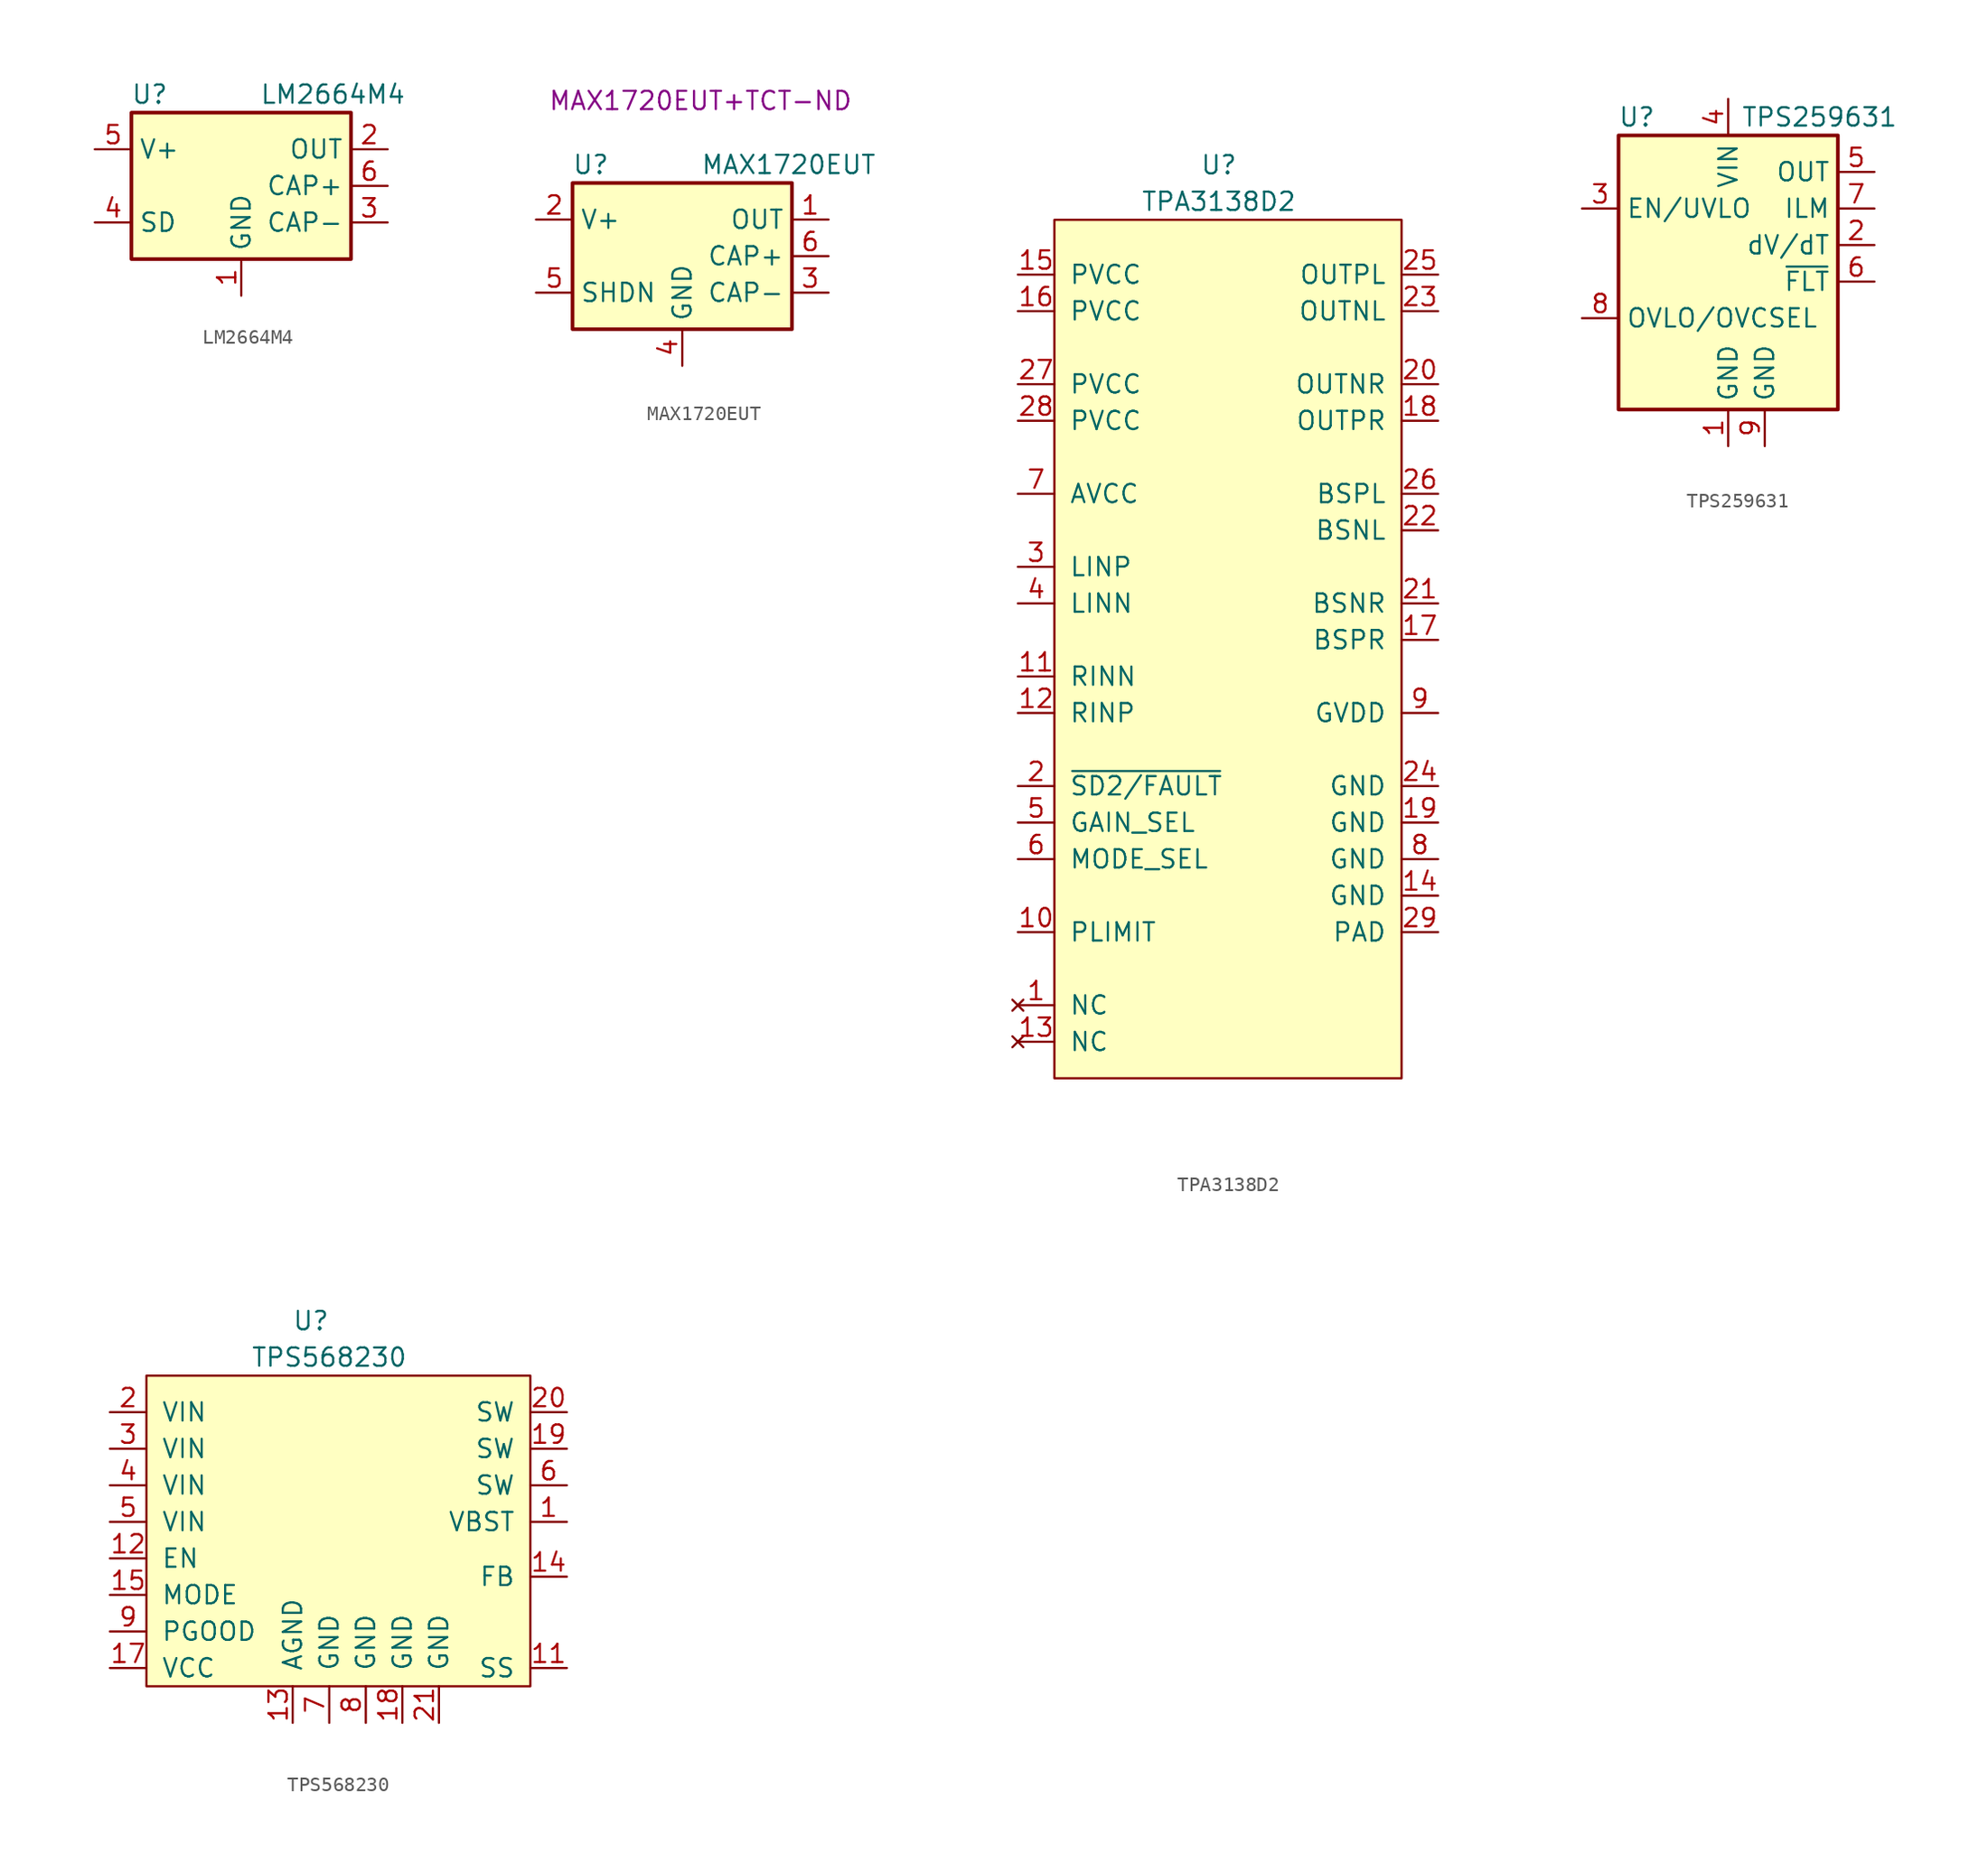
<source format=kicad_sym>
(kicad_symbol_lib
  (version 20211014)
  (generator kicad_symbol_editor)
  (symbol "LM2664M4"
    (property "Reference" "U"
      (at -6.35 6.35 0)
      (effects (font (size 1.27 1.27))))
    (property "Value" "LM2664M4"
      (at 1.27 6.35 0)
      (effects (font (size 1.27 1.27)) (justify left)))
    (symbol "LM2664M4_0_1"
      (rectangle (start -7.62 5.08) (end 7.62 -5.08) (stroke (width 0.254) (type default) (color 0 0 0 0)) (fill (type background))))
    (symbol "LM2664M4_1_1"
      (pin power_in line (at 0 -7.62 90) (length 2.54) (name "GND" (effects (font (size 1.27 1.27)))) (number "1" (effects (font (size 1.27 1.27)))))
      (pin passive line (at 10.16 2.54 180) (length 2.54) (name "OUT" (effects (font (size 1.27 1.27)))) (number "2" (effects (font (size 1.27 1.27)))))
      (pin passive line (at 10.16 -2.54 180) (length 2.54) (name "CAP-" (effects (font (size 1.27 1.27)))) (number "3" (effects (font (size 1.27 1.27)))))
      (pin input line (at -10.16 -2.54 0) (length 2.54) (name "SD" (effects (font (size 1.27 1.27)))) (number "4" (effects (font (size 1.27 1.27)))))
      (pin passive line (at -10.16 2.54 0) (length 2.54) (name "V+" (effects (font (size 1.27 1.27)))) (number "5" (effects (font (size 1.27 1.27)))))
      (pin passive line (at 10.16 0 180) (length 2.54) (name "CAP+" (effects (font (size 1.27 1.27)))) (number "6" (effects (font (size 1.27 1.27)))))))
  (symbol "MAX1720EUT"
    (property "Reference" "U"
      (at -6.35 6.35 0)
      (effects (font (size 1.27 1.27))))
    (property "Value" "MAX1720EUT"
      (at 1.27 6.35 0)
      (effects (font (size 1.27 1.27)) (justify left)))
    (property "Digikey" "MAX1720EUT+TCT-ND"
      (at 1.27 10.795 0)
      (effects (font (size 1.27 1.27))))
    (symbol "MAX1720EUT_0_1"
      (rectangle (start -7.62 5.08) (end 7.62 -5.08) (stroke (width 0.254) (type default) (color 0 0 0 0)) (fill (type background))))
    (symbol "MAX1720EUT_1_1"
      (pin passive line (at 10.16 2.54 180) (length 2.54) (name "OUT" (effects (font (size 1.27 1.27)))) (number "1" (effects (font (size 1.27 1.27)))))
      (pin passive line (at -10.16 2.54 0) (length 2.54) (name "V+" (effects (font (size 1.27 1.27)))) (number "2" (effects (font (size 1.27 1.27)))))
      (pin passive line (at 10.16 -2.54 180) (length 2.54) (name "CAP-" (effects (font (size 1.27 1.27)))) (number "3" (effects (font (size 1.27 1.27)))))
      (pin power_in line (at 0 -7.62 90) (length 2.54) (name "GND" (effects (font (size 1.27 1.27)))) (number "4" (effects (font (size 1.27 1.27)))))
      (pin input line (at -10.16 -2.54 0) (length 2.54) (name "SHDN" (effects (font (size 1.27 1.27)))) (number "5" (effects (font (size 1.27 1.27)))))
      (pin passive line (at 10.16 0 180) (length 2.54) (name "CAP+" (effects (font (size 1.27 1.27)))) (number "6" (effects (font (size 1.27 1.27)))))))
  (symbol "TPA3138D2"
    (pin_names
      (offset 1.016))
    (property "Reference" "U"
      (at 11.43 3.81 0)
      (effects (font (size 1.27 1.27))))
    (property "Value" "TPA3138D2"
      (at 11.43 1.27 0)
      (effects (font (size 1.27 1.27))))
    (symbol "TPA3138D2_0_1"
      (rectangle (start 0 0) (end 24.13 -59.69) (stroke (width 0) (type default) (color 0 0 0 0)) (fill (type background))))
    (symbol "TPA3138D2_1_1"
      (pin no_connect line (at -2.54 -54.61 0) (length 2.54) (name "NC" (effects (font (size 1.27 1.27)))) (number "1" (effects (font (size 1.27 1.27)))))
      (pin input line (at -2.54 -49.53 0) (length 2.54) (name "PLIMIT" (effects (font (size 1.27 1.27)))) (number "10" (effects (font (size 1.27 1.27)))))
      (pin input line (at -2.54 -31.75 0) (length 2.54) (name "RINN" (effects (font (size 1.27 1.27)))) (number "11" (effects (font (size 1.27 1.27)))))
      (pin input line (at -2.54 -34.29 0) (length 2.54) (name "RINP" (effects (font (size 1.27 1.27)))) (number "12" (effects (font (size 1.27 1.27)))))
      (pin no_connect line (at -2.54 -57.15 0) (length 2.54) (name "NC" (effects (font (size 1.27 1.27)))) (number "13" (effects (font (size 1.27 1.27)))))
      (pin power_in line (at 26.67 -46.99 180) (length 2.54) (name "GND" (effects (font (size 1.27 1.27)))) (number "14" (effects (font (size 1.27 1.27)))))
      (pin power_in line (at -2.54 -3.81 0) (length 2.54) (name "PVCC" (effects (font (size 1.27 1.27)))) (number "15" (effects (font (size 1.27 1.27)))))
      (pin power_in line (at -2.54 -6.35 0) (length 2.54) (name "PVCC" (effects (font (size 1.27 1.27)))) (number "16" (effects (font (size 1.27 1.27)))))
      (pin input line (at 26.67 -29.21 180) (length 2.54) (name "BSPR" (effects (font (size 1.27 1.27)))) (number "17" (effects (font (size 1.27 1.27)))))
      (pin bidirectional line (at 26.67 -13.97 180) (length 2.54) (name "OUTPR" (effects (font (size 1.27 1.27)))) (number "18" (effects (font (size 1.27 1.27)))))
      (pin power_in line (at 26.67 -41.91 180) (length 2.54) (name "GND" (effects (font (size 1.27 1.27)))) (number "19" (effects (font (size 1.27 1.27)))))
      (pin input line (at -2.54 -39.37 0) (length 2.54) (name "~{SD2/FAULT}" (effects (font (size 1.27 1.27)))) (number "2" (effects (font (size 1.27 1.27)))))
      (pin bidirectional line (at 26.67 -11.43 180) (length 2.54) (name "OUTNR" (effects (font (size 1.27 1.27)))) (number "20" (effects (font (size 1.27 1.27)))))
      (pin input line (at 26.67 -26.67 180) (length 2.54) (name "BSNR" (effects (font (size 1.27 1.27)))) (number "21" (effects (font (size 1.27 1.27)))))
      (pin input line (at 26.67 -21.59 180) (length 2.54) (name "BSNL" (effects (font (size 1.27 1.27)))) (number "22" (effects (font (size 1.27 1.27)))))
      (pin bidirectional line (at 26.67 -6.35 180) (length 2.54) (name "OUTNL" (effects (font (size 1.27 1.27)))) (number "23" (effects (font (size 1.27 1.27)))))
      (pin power_in line (at 26.67 -39.37 180) (length 2.54) (name "GND" (effects (font (size 1.27 1.27)))) (number "24" (effects (font (size 1.27 1.27)))))
      (pin bidirectional line (at 26.67 -3.81 180) (length 2.54) (name "OUTPL" (effects (font (size 1.27 1.27)))) (number "25" (effects (font (size 1.27 1.27)))))
      (pin input line (at 26.67 -19.05 180) (length 2.54) (name "BSPL" (effects (font (size 1.27 1.27)))) (number "26" (effects (font (size 1.27 1.27)))))
      (pin power_in line (at -2.54 -11.43 0) (length 2.54) (name "PVCC" (effects (font (size 1.27 1.27)))) (number "27" (effects (font (size 1.27 1.27)))))
      (pin power_in line (at -2.54 -13.97 0) (length 2.54) (name "PVCC" (effects (font (size 1.27 1.27)))) (number "28" (effects (font (size 1.27 1.27)))))
      (pin power_in line (at 26.67 -49.53 180) (length 2.54) (name "PAD" (effects (font (size 1.27 1.27)))) (number "29" (effects (font (size 1.27 1.27)))))
      (pin input line (at -2.54 -24.13 0) (length 2.54) (name "LINP" (effects (font (size 1.27 1.27)))) (number "3" (effects (font (size 1.27 1.27)))))
      (pin input line (at -2.54 -26.67 0) (length 2.54) (name "LINN" (effects (font (size 1.27 1.27)))) (number "4" (effects (font (size 1.27 1.27)))))
      (pin input line (at -2.54 -41.91 0) (length 2.54) (name "GAIN_SEL" (effects (font (size 1.27 1.27)))) (number "5" (effects (font (size 1.27 1.27)))))
      (pin input line (at -2.54 -44.45 0) (length 2.54) (name "MODE_SEL" (effects (font (size 1.27 1.27)))) (number "6" (effects (font (size 1.27 1.27)))))
      (pin power_in line (at -2.54 -19.05 0) (length 2.54) (name "AVCC" (effects (font (size 1.27 1.27)))) (number "7" (effects (font (size 1.27 1.27)))))
      (pin power_in line (at 26.67 -44.45 180) (length 2.54) (name "GND" (effects (font (size 1.27 1.27)))) (number "8" (effects (font (size 1.27 1.27)))))
      (pin power_out line (at 26.67 -34.29 180) (length 2.54) (name "GVDD" (effects (font (size 1.27 1.27)))) (number "9" (effects (font (size 1.27 1.27)))))))
  (symbol "TPS259631"
    (property "Reference" "U"
      (at -6.35 6.35 0)
      (effects (font (size 1.27 1.27))))
    (property "Value" "TPS259631"
      (at 6.35 6.35 0)
      (effects (font (size 1.27 1.27))))
    (symbol "TPS259631_0_1"
      (rectangle (start -7.62 5.08) (end 7.62 -13.97) (stroke (width 0.254) (type default) (color 0 0 0 0)) (fill (type background))))
    (symbol "TPS259631_1_1"
      (pin power_in line (at 0 -16.51 90) (length 2.54) (name "GND" (effects (font (size 1.27 1.27)))) (number "1" (effects (font (size 1.27 1.27)))))
      (pin output line (at 10.16 -2.54 180) (length 2.54) (name "dV/dT" (effects (font (size 1.27 1.27)))) (number "2" (effects (font (size 1.27 1.27)))))
      (pin input line (at -10.16 0 0) (length 2.54) (name "EN/UVLO" (effects (font (size 1.27 1.27)))) (number "3" (effects (font (size 1.27 1.27)))))
      (pin power_in line (at 0 7.62 270) (length 2.54) (name "VIN" (effects (font (size 1.27 1.27)))) (number "4" (effects (font (size 1.27 1.27)))))
      (pin power_out line (at 10.16 2.54 180) (length 2.54) (name "OUT" (effects (font (size 1.27 1.27)))) (number "5" (effects (font (size 1.27 1.27)))))
      (pin output line (at 10.16 -5.08 180) (length 2.54) (name "~{FLT}" (effects (font (size 1.27 1.27)))) (number "6" (effects (font (size 1.27 1.27)))))
      (pin output line (at 10.16 0 180) (length 2.54) (name "ILM" (effects (font (size 1.27 1.27)))) (number "7" (effects (font (size 1.27 1.27)))))
      (pin input line (at -10.16 -7.62 0) (length 2.54) (name "OVLO/OVCSEL" (effects (font (size 1.27 1.27)))) (number "8" (effects (font (size 1.27 1.27)))))
      (pin power_in line (at 2.54 -16.51 90) (length 2.54) (name "GND" (effects (font (size 1.27 1.27)))) (number "9" (effects (font (size 1.27 1.27)))))))
  (symbol "TPS568230"
    (pin_names
      (offset 1.016))
    (property "Reference" "U"
      (at 11.43 2.54 0)
      (effects (font (size 1.27 1.27))))
    (property "Value" "TPS568230"
      (at 12.7 0 0)
      (effects (font (size 1.27 1.27))))
    (symbol "TPS568230_0_1"
      (rectangle (start 0 -1.27) (end 26.67 -22.86) (stroke (width 0) (type default) (color 0 0 0 0)) (fill (type background))))
    (symbol "TPS568230_1_1"
      (pin input line (at 29.21 -11.43 180) (length 2.54) (name "VBST" (effects (font (size 1.27 1.27)))) (number "1" (effects (font (size 1.27 1.27)))))
      (pin input line (at 29.21 -21.59 180) (length 2.54) (name "SS" (effects (font (size 1.27 1.27)))) (number "11" (effects (font (size 1.27 1.27)))))
      (pin input line (at -2.54 -13.97 0) (length 2.54) (name "EN" (effects (font (size 1.27 1.27)))) (number "12" (effects (font (size 1.27 1.27)))))
      (pin power_in line (at 10.16 -25.4 90) (length 2.54) (name "AGND" (effects (font (size 1.27 1.27)))) (number "13" (effects (font (size 1.27 1.27)))))
      (pin input line (at 29.21 -15.24 180) (length 2.54) (name "FB" (effects (font (size 1.27 1.27)))) (number "14" (effects (font (size 1.27 1.27)))))
      (pin input line (at -2.54 -16.51 0) (length 2.54) (name "MODE" (effects (font (size 1.27 1.27)))) (number "15" (effects (font (size 1.27 1.27)))))
      (pin output line (at -2.54 -21.59 0) (length 2.54) (name "VCC" (effects (font (size 1.27 1.27)))) (number "17" (effects (font (size 1.27 1.27)))))
      (pin power_in line (at 17.78 -25.4 90) (length 2.54) (name "GND" (effects (font (size 1.27 1.27)))) (number "18" (effects (font (size 1.27 1.27)))))
      (pin passive line (at 29.21 -6.35 180) (length 2.54) (name "SW" (effects (font (size 1.27 1.27)))) (number "19" (effects (font (size 1.27 1.27)))))
      (pin power_in line (at -2.54 -3.81 0) (length 2.54) (name "VIN" (effects (font (size 1.27 1.27)))) (number "2" (effects (font (size 1.27 1.27)))))
      (pin output line (at 29.21 -3.81 180) (length 2.54) (name "SW" (effects (font (size 1.27 1.27)))) (number "20" (effects (font (size 1.27 1.27)))))
      (pin power_in line (at 20.32 -25.4 90) (length 2.54) (name "GND" (effects (font (size 1.27 1.27)))) (number "21" (effects (font (size 1.27 1.27)))))
      (pin power_in line (at -2.54 -6.35 0) (length 2.54) (name "VIN" (effects (font (size 1.27 1.27)))) (number "3" (effects (font (size 1.27 1.27)))))
      (pin power_in line (at -2.54 -8.89 0) (length 2.54) (name "VIN" (effects (font (size 1.27 1.27)))) (number "4" (effects (font (size 1.27 1.27)))))
      (pin power_in line (at -2.54 -11.43 0) (length 2.54) (name "VIN" (effects (font (size 1.27 1.27)))) (number "5" (effects (font (size 1.27 1.27)))))
      (pin passive line (at 29.21 -8.89 180) (length 2.54) (name "SW" (effects (font (size 1.27 1.27)))) (number "6" (effects (font (size 1.27 1.27)))))
      (pin power_in line (at 12.7 -25.4 90) (length 2.54) (name "GND" (effects (font (size 1.27 1.27)))) (number "7" (effects (font (size 1.27 1.27)))))
      (pin power_in line (at 15.24 -25.4 90) (length 2.54) (name "GND" (effects (font (size 1.27 1.27)))) (number "8" (effects (font (size 1.27 1.27)))))
      (pin open_collector line (at -2.54 -19.05 0) (length 2.54) (name "PGOOD" (effects (font (size 1.27 1.27)))) (number "9" (effects (font (size 1.27 1.27))))))))
</source>
